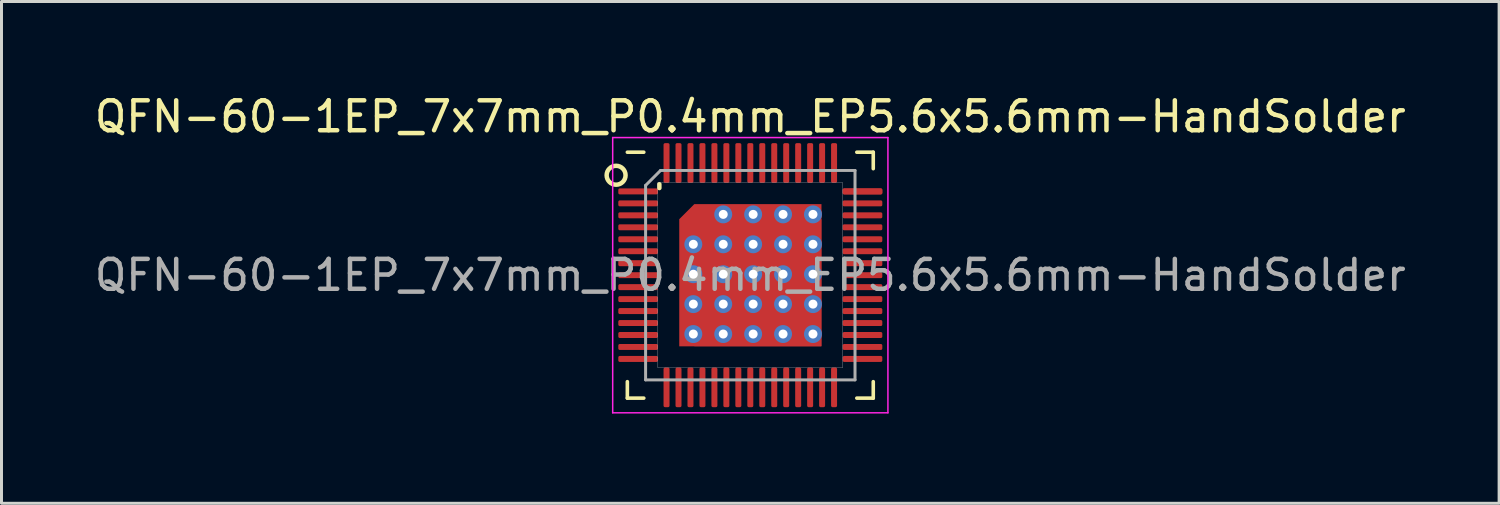
<source format=kicad_pcb>
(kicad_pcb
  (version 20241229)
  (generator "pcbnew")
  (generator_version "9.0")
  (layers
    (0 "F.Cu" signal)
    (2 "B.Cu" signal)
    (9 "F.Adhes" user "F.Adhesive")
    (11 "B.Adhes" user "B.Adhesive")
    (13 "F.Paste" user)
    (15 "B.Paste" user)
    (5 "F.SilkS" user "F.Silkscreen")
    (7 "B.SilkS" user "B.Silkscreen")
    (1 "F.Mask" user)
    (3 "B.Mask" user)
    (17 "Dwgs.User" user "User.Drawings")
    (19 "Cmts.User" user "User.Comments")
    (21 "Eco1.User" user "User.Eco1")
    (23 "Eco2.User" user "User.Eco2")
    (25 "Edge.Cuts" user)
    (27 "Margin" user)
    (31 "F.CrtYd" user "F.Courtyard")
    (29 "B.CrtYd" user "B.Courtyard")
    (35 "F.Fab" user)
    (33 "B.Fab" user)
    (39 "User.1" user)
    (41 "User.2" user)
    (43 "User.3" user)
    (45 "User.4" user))
  (footprint "QFN-60-1EP_7x7mm_P0.4mm_EP5.6x5.6mm-HandSolder"
    (layer "F.Cu")
    (at 22.03 6.148)
    (property "Reference" "QFN-60-1EP_7x7mm_P0.4mm_EP5.6x5.6mm-HandSolder" (at 0 -5.3 0) (layer "F.SilkS") (effects (font (size 1 1) (thickness 0.15))))
    (attr smd)
    (fp_line (start -4.11 4.11) (end -4.11 3.56) (stroke (width 0.12) (type solid)) (layer "F.SilkS"))
    (fp_line (start -3.56 -4.11) (end -4.11 -4.11) (stroke (width 0.12) (type solid)) (layer "F.SilkS"))
    (fp_line (start -3.56 4.11) (end -4.11 4.11) (stroke (width 0.12) (type solid)) (layer "F.SilkS"))
    (fp_line (start -3.04 -3.04) (end -3.04 -2.913) (stroke (width 0.15) (type solid)) (layer "F.SilkS"))
    (fp_line (start 3.56 -4.11) (end 4.11 -4.11) (stroke (width 0.12) (type solid)) (layer "F.SilkS"))
    (fp_line (start 3.56 4.11) (end 4.11 4.11) (stroke (width 0.12) (type solid)) (layer "F.SilkS"))
    (fp_line (start 4.11 -4.11) (end 4.11 -3.56) (stroke (width 0.12) (type solid)) (layer "F.SilkS"))
    (fp_line (start 4.11 4.11) (end 4.11 3.56) (stroke (width 0.12) (type solid)) (layer "F.SilkS"))
    (fp_circle (center -4.486 -3.34) (end -4.306 -3.08) (stroke (width 0.15) (type solid)) (fill no) (layer "F.SilkS"))
    (fp_line (start -3.09 -3.09) (end 3.09 -3.09) (stroke (width 0.01) (type solid)) (layer "Dwgs.User"))
    (fp_line (start -3.09 3.09) (end -3.09 -3.09) (stroke (width 0.01) (type solid)) (layer "Dwgs.User"))
    (fp_line (start 3.09 -3.09) (end 3.09 3.09) (stroke (width 0.01) (type solid)) (layer "Dwgs.User"))
    (fp_line (start 3.09 3.09) (end -3.09 3.09) (stroke (width 0.01) (type solid)) (layer "Dwgs.User"))
    (fp_line (start -4.6 -4.6) (end -4.6 4.6) (stroke (width 0.05) (type solid)) (layer "F.CrtYd"))
    (fp_line (start -4.6 4.6) (end 4.6 4.6) (stroke (width 0.05) (type solid)) (layer "F.CrtYd"))
    (fp_line (start 4.6 -4.6) (end -4.6 -4.6) (stroke (width 0.05) (type solid)) (layer "F.CrtYd"))
    (fp_line (start 4.6 4.6) (end 4.6 -4.6) (stroke (width 0.05) (type solid)) (layer "F.CrtYd"))
    (fp_line (start -3.5 -3) (end -3 -3.5) (stroke (width 0.1) (type solid)) (layer "F.Fab"))
    (fp_line (start -3.5 3.5) (end -3.5 -3) (stroke (width 0.1) (type solid)) (layer "F.Fab"))
    (fp_line (start -3 -3.5) (end 3.5 -3.5) (stroke (width 0.1) (type solid)) (layer "F.Fab"))
    (fp_line (start 3.5 -3.5) (end 3.5 3.5) (stroke (width 0.1) (type solid)) (layer "F.Fab"))
    (fp_line (start 3.5 3.5) (end -3.5 3.5) (stroke (width 0.1) (type solid)) (layer "F.Fab"))
    (fp_text user "${REFERENCE}" (at 0 0 0) (layer "F.Fab") (effects (font (size 1 1) (thickness 0.15))))
    (pad "" smd roundrect (at -1.841 -1.841) (size 1.05 1.05) (layers "F.Paste") (roundrect_rratio 0.238))
    (pad "" smd roundrect (at -1.841 -0.641) (size 1.05 1.05) (layers "F.Paste") (roundrect_rratio 0.238))
    (pad "" smd roundrect (at -1.841 0.558) (size 1.05 1.05) (layers "F.Paste") (roundrect_rratio 0.238))
    (pad "" smd roundrect (at -1.841 1.758) (size 1.05 1.05) (layers "F.Paste") (roundrect_rratio 0.238))
    (pad "" smd roundrect (at -0.641 -1.841) (size 1.05 1.05) (layers "F.Paste") (roundrect_rratio 0.238))
    (pad "" smd roundrect (at -0.641 -0.641) (size 1.05 1.05) (layers "F.Paste") (roundrect_rratio 0.238))
    (pad "" smd roundrect (at -0.641 0.558) (size 1.05 1.05) (layers "F.Paste") (roundrect_rratio 0.238))
    (pad "" smd roundrect (at -0.641 1.758) (size 1.05 1.05) (layers "F.Paste") (roundrect_rratio 0.238))
    (pad "" smd roundrect (at 0.558 -1.841) (size 1.05 1.05) (layers "F.Paste") (roundrect_rratio 0.238))
    (pad "" smd roundrect (at 0.558 -0.641) (size 1.05 1.05) (layers "F.Paste") (roundrect_rratio 0.238))
    (pad "" smd roundrect (at 0.558 0.558) (size 1.05 1.05) (layers "F.Paste") (roundrect_rratio 0.238))
    (pad "" smd roundrect (at 0.558 1.758) (size 1.05 1.05) (layers "F.Paste") (roundrect_rratio 0.238))
    (pad "" smd roundrect (at 1.758 -1.841) (size 1.05 1.05) (layers "F.Paste") (roundrect_rratio 0.238))
    (pad "" smd roundrect (at 1.758 -0.641) (size 1.05 1.05) (layers "F.Paste") (roundrect_rratio 0.238))
    (pad "" smd roundrect (at 1.758 0.558) (size 1.05 1.05) (layers "F.Paste") (roundrect_rratio 0.238))
    (pad "" smd roundrect (at 1.758 1.758) (size 1.05 1.05) (layers "F.Paste") (roundrect_rratio 0.238))
    (pad "1" smd roundrect (at -3.75 -2.8) (size 1.325 0.2) (layers "F.Cu" "F.Mask" "F.Paste") (roundrect_rratio 0.25))
    (pad "2" smd roundrect (at -3.75 -2.4) (size 1.325 0.2) (layers "F.Cu" "F.Mask" "F.Paste") (roundrect_rratio 0.25))
    (pad "3" smd roundrect (at -3.75 -2) (size 1.325 0.2) (layers "F.Cu" "F.Mask" "F.Paste") (roundrect_rratio 0.25))
    (pad "4" smd roundrect (at -3.75 -1.6) (size 1.325 0.2) (layers "F.Cu" "F.Mask" "F.Paste") (roundrect_rratio 0.25))
    (pad "5" smd roundrect (at -3.75 -1.2) (size 1.325 0.2) (layers "F.Cu" "F.Mask" "F.Paste") (roundrect_rratio 0.25))
    (pad "6" smd roundrect (at -3.75 -0.8) (size 1.325 0.2) (layers "F.Cu" "F.Mask" "F.Paste") (roundrect_rratio 0.25))
    (pad "7" smd roundrect (at -3.75 -0.4) (size 1.325 0.2) (layers "F.Cu" "F.Mask" "F.Paste") (roundrect_rratio 0.25))
    (pad "8" smd roundrect (at -3.75 0) (size 1.325 0.2) (layers "F.Cu" "F.Mask" "F.Paste") (roundrect_rratio 0.25))
    (pad "9" smd roundrect (at -3.75 0.4) (size 1.325 0.2) (layers "F.Cu" "F.Mask" "F.Paste") (roundrect_rratio 0.25))
    (pad "10" smd roundrect (at -3.75 0.8) (size 1.325 0.2) (layers "F.Cu" "F.Mask" "F.Paste") (roundrect_rratio 0.25))
    (pad "11" smd roundrect (at -3.75 1.2) (size 1.325 0.2) (layers "F.Cu" "F.Mask" "F.Paste") (roundrect_rratio 0.25))
    (pad "12" smd roundrect (at -3.75 1.6) (size 1.325 0.2) (layers "F.Cu" "F.Mask" "F.Paste") (roundrect_rratio 0.25))
    (pad "13" smd roundrect (at -3.75 2) (size 1.325 0.2) (layers "F.Cu" "F.Mask" "F.Paste") (roundrect_rratio 0.25))
    (pad "14" smd roundrect (at -3.75 2.4) (size 1.325 0.2) (layers "F.Cu" "F.Mask" "F.Paste") (roundrect_rratio 0.25))
    (pad "15" smd roundrect (at -3.75 2.8) (size 1.325 0.2) (layers "F.Cu" "F.Mask" "F.Paste") (roundrect_rratio 0.25))
    (pad "16" smd roundrect (at -2.8 3.75 90) (size 1.325 0.2) (layers "F.Cu" "F.Mask" "F.Paste") (roundrect_rratio 0.25))
    (pad "17" smd roundrect (at -2.4 3.75 90) (size 1.325 0.2) (layers "F.Cu" "F.Mask" "F.Paste") (roundrect_rratio 0.25))
    (pad "18" smd roundrect (at -2 3.75 90) (size 1.325 0.2) (layers "F.Cu" "F.Mask" "F.Paste") (roundrect_rratio 0.25))
    (pad "19" smd roundrect (at -1.6 3.75 90) (size 1.325 0.2) (layers "F.Cu" "F.Mask" "F.Paste") (roundrect_rratio 0.25))
    (pad "20" smd roundrect (at -1.2 3.75 90) (size 1.325 0.2) (layers "F.Cu" "F.Mask" "F.Paste") (roundrect_rratio 0.25))
    (pad "21" smd roundrect (at -0.8 3.75 90) (size 1.325 0.2) (layers "F.Cu" "F.Mask" "F.Paste") (roundrect_rratio 0.25))
    (pad "22" smd roundrect (at -0.4 3.75 90) (size 1.325 0.2) (layers "F.Cu" "F.Mask" "F.Paste") (roundrect_rratio 0.25))
    (pad "23" smd roundrect (at 0 3.75 90) (size 1.325 0.2) (layers "F.Cu" "F.Mask" "F.Paste") (roundrect_rratio 0.25))
    (pad "24" smd roundrect (at 0.4 3.75 90) (size 1.325 0.2) (layers "F.Cu" "F.Mask" "F.Paste") (roundrect_rratio 0.25))
    (pad "25" smd roundrect (at 0.8 3.75 90) (size 1.325 0.2) (layers "F.Cu" "F.Mask" "F.Paste") (roundrect_rratio 0.25))
    (pad "26" smd roundrect (at 1.2 3.75 90) (size 1.325 0.2) (layers "F.Cu" "F.Mask" "F.Paste") (roundrect_rratio 0.25))
    (pad "27" smd roundrect (at 1.6 3.75 90) (size 1.325 0.2) (layers "F.Cu" "F.Mask" "F.Paste") (roundrect_rratio 0.25))
    (pad "28" smd roundrect (at 2 3.75 90) (size 1.325 0.2) (layers "F.Cu" "F.Mask" "F.Paste") (roundrect_rratio 0.25))
    (pad "29" smd roundrect (at 2.4 3.75 90) (size 1.325 0.2) (layers "F.Cu" "F.Mask" "F.Paste") (roundrect_rratio 0.25))
    (pad "30" smd roundrect (at 2.8 3.75 90) (size 1.325 0.2) (layers "F.Cu" "F.Mask" "F.Paste") (roundrect_rratio 0.25))
    (pad "31" smd roundrect (at 3.75 2.8 90) (size 0.2 1.325) (layers "F.Cu" "F.Mask" "F.Paste") (roundrect_rratio 0.25))
    (pad "32" smd roundrect (at 3.75 2.4 90) (size 0.2 1.325) (layers "F.Cu" "F.Mask" "F.Paste") (roundrect_rratio 0.25))
    (pad "33" smd roundrect (at 3.75 2 90) (size 0.2 1.325) (layers "F.Cu" "F.Mask" "F.Paste") (roundrect_rratio 0.25))
    (pad "34" smd roundrect (at 3.75 1.6 90) (size 0.2 1.325) (layers "F.Cu" "F.Mask" "F.Paste") (roundrect_rratio 0.25))
    (pad "35" smd roundrect (at 3.75 1.2 90) (size 0.2 1.325) (layers "F.Cu" "F.Mask" "F.Paste") (roundrect_rratio 0.25))
    (pad "36" smd roundrect (at 3.75 0.8 90) (size 0.2 1.325) (layers "F.Cu" "F.Mask" "F.Paste") (roundrect_rratio 0.25))
    (pad "37" smd roundrect (at 3.75 0.4 90) (size 0.2 1.325) (layers "F.Cu" "F.Mask" "F.Paste") (roundrect_rratio 0.25))
    (pad "38" smd roundrect (at 3.75 0 90) (size 0.2 1.325) (layers "F.Cu" "F.Mask" "F.Paste") (roundrect_rratio 0.25))
    (pad "39" smd roundrect (at 3.75 -0.4 90) (size 0.2 1.325) (layers "F.Cu" "F.Mask" "F.Paste") (roundrect_rratio 0.25))
    (pad "40" smd roundrect (at 3.75 -0.8 90) (size 0.2 1.325) (layers "F.Cu" "F.Mask" "F.Paste") (roundrect_rratio 0.25))
    (pad "41" smd roundrect (at 3.75 -1.2 90) (size 0.2 1.325) (layers "F.Cu" "F.Mask" "F.Paste") (roundrect_rratio 0.25))
    (pad "42" smd roundrect (at 3.75 -1.6 90) (size 0.2 1.325) (layers "F.Cu" "F.Mask" "F.Paste") (roundrect_rratio 0.25))
    (pad "43" smd roundrect (at 3.75 -2 90) (size 0.2 1.325) (layers "F.Cu" "F.Mask" "F.Paste") (roundrect_rratio 0.25))
    (pad "44" smd roundrect (at 3.75 -2.4 90) (size 0.2 1.325) (layers "F.Cu" "F.Mask" "F.Paste") (roundrect_rratio 0.25))
    (pad "45" smd roundrect (at 3.75 -2.8 90) (size 0.2 1.325) (layers "F.Cu" "F.Mask" "F.Paste") (roundrect_rratio 0.25))
    (pad "45" smd roundrect (at 3.75 -2.8 180) (size 1.325 0.2) (layers "F.Cu" "F.Mask" "F.Paste") (roundrect_rratio 0.25))
    (pad "46" smd roundrect (at 2.8 -3.75 90) (size 1.325 0.2) (layers "F.Cu" "F.Mask" "F.Paste") (roundrect_rratio 0.25))
    (pad "47" smd roundrect (at 2.4 -3.75 90) (size 1.325 0.2) (layers "F.Cu" "F.Mask" "F.Paste") (roundrect_rratio 0.25))
    (pad "48" smd roundrect (at 2 -3.75 90) (size 1.325 0.2) (layers "F.Cu" "F.Mask" "F.Paste") (roundrect_rratio 0.25))
    (pad "49" smd roundrect (at 1.6 -3.75 90) (size 1.325 0.2) (layers "F.Cu" "F.Mask" "F.Paste") (roundrect_rratio 0.25))
    (pad "50" smd roundrect (at 1.2 -3.75 90) (size 1.325 0.2) (layers "F.Cu" "F.Mask" "F.Paste") (roundrect_rratio 0.25))
    (pad "51" smd roundrect (at 0.8 -3.75 90) (size 1.325 0.2) (layers "F.Cu" "F.Mask" "F.Paste") (roundrect_rratio 0.25))
    (pad "52" smd roundrect (at 0.4 -3.75 90) (size 1.325 0.2) (layers "F.Cu" "F.Mask" "F.Paste") (roundrect_rratio 0.25))
    (pad "53" smd roundrect (at 0 -3.75 90) (size 1.325 0.2) (layers "F.Cu" "F.Mask" "F.Paste") (roundrect_rratio 0.25))
    (pad "54" smd roundrect (at -0.4 -3.75 90) (size 1.325 0.2) (layers "F.Cu" "F.Mask" "F.Paste") (roundrect_rratio 0.25))
    (pad "55" smd roundrect (at -0.8 -3.75 90) (size 1.325 0.2) (layers "F.Cu" "F.Mask" "F.Paste") (roundrect_rratio 0.25))
    (pad "56" smd roundrect (at -1.2 -3.75 90) (size 1.325 0.2) (layers "F.Cu" "F.Mask" "F.Paste") (roundrect_rratio 0.25))
    (pad "57" smd roundrect (at -1.6 -3.75 90) (size 1.325 0.2) (layers "F.Cu" "F.Mask" "F.Paste") (roundrect_rratio 0.25))
    (pad "58" smd roundrect (at -2 -3.75 90) (size 1.325 0.2) (layers "F.Cu" "F.Mask" "F.Paste") (roundrect_rratio 0.25))
    (pad "59" smd roundrect (at -2.4 -3.75 90) (size 1.325 0.2) (layers "F.Cu" "F.Mask" "F.Paste") (roundrect_rratio 0.25))
    (pad "60" smd roundrect (at -2.8 -3.75 90) (size 1.325 0.2) (layers "F.Cu" "F.Mask" "F.Paste") (roundrect_rratio 0.25))
    (pad "61" thru_hole circle (at -1.905 -1.032 180) (size 0.6 0.6) (drill 0.3) (layers "*.Cu" "*.Mask"))
    (pad "61" thru_hole circle (at -1.905 -0.032 180) (size 0.6 0.6) (drill 0.3) (layers "*.Cu" "*.Mask"))
    (pad "61" thru_hole circle (at -1.905 0.968 180) (size 0.6 0.6) (drill 0.3) (layers "*.Cu" "*.Mask"))
    (pad "61" thru_hole circle (at -1.905 1.968 180) (size 0.6 0.6) (drill 0.3) (layers "*.Cu" "*.Mask"))
    (pad "61" smd rect (at -1.841 -1.841 45) (size 0.71 0.8) (layers "F.Cu" "F.Mask"))
    (pad "61" thru_hole circle (at -0.905 -2.032 180) (size 0.6 0.6) (drill 0.3) (layers "*.Cu" "*.Mask"))
    (pad "61" thru_hole circle (at -0.905 -1.032 180) (size 0.6 0.6) (drill 0.3) (layers "*.Cu" "*.Mask"))
    (pad "61" thru_hole circle (at -0.905 -0.032 180) (size 0.6 0.6) (drill 0.3) (layers "*.Cu" "*.Mask"))
    (pad "61" thru_hole circle (at -0.905 0.968 180) (size 0.6 0.6) (drill 0.3) (layers "*.Cu" "*.Mask"))
    (pad "61" thru_hole circle (at -0.905 1.968 180) (size 0.6 0.6) (drill 0.3) (layers "*.Cu" "*.Mask"))
    (pad "61" smd rect (at 0 0.254 90) (size 4.25 4.75) (layers "F.Cu" "F.Mask"))
    (pad "61" thru_hole circle (at 0.095 -2.032 180) (size 0.6 0.6) (drill 0.3) (layers "*.Cu" "*.Mask"))
    (pad "61" thru_hole circle (at 0.095 -1.032 180) (size 0.6 0.6) (drill 0.3) (layers "*.Cu" "*.Mask"))
    (pad "61" thru_hole circle (at 0.095 -0.032 180) (size 0.6 0.6) (drill 0.3) (layers "*.Cu" "*.Mask"))
    (pad "61" thru_hole circle (at 0.095 0.968 180) (size 0.6 0.6) (drill 0.3) (layers "*.Cu" "*.Mask"))
    (pad "61" thru_hole circle (at 0.095 1.968 180) (size 0.6 0.6) (drill 0.3) (layers "*.Cu" "*.Mask"))
    (pad "61" smd rect (at 0.254 0) (size 4.25 4.75) (layers "F.Cu" "F.Mask"))
    (pad "61" thru_hole circle (at 1.095 -2.032 180) (size 0.6 0.6) (drill 0.3) (layers "*.Cu" "*.Mask"))
    (pad "61" thru_hole circle (at 1.095 -1.032 180) (size 0.6 0.6) (drill 0.3) (layers "*.Cu" "*.Mask"))
    (pad "61" thru_hole circle (at 1.095 -0.032 180) (size 0.6 0.6) (drill 0.3) (layers "*.Cu" "*.Mask"))
    (pad "61" thru_hole circle (at 1.095 0.968 180) (size 0.6 0.6) (drill 0.3) (layers "*.Cu" "*.Mask"))
    (pad "61" thru_hole circle (at 1.095 1.968 180) (size 0.6 0.6) (drill 0.3) (layers "*.Cu" "*.Mask"))
    (pad "61" thru_hole circle (at 2.095 -2.032 180) (size 0.6 0.6) (drill 0.3) (layers "*.Cu" "*.Mask"))
    (pad "61" thru_hole circle (at 2.095 -1.032 180) (size 0.6 0.6) (drill 0.3) (layers "*.Cu" "*.Mask"))
    (pad "61" thru_hole circle (at 2.095 -0.032 180) (size 0.6 0.6) (drill 0.3) (layers "*.Cu" "*.Mask"))
    (pad "61" thru_hole circle (at 2.095 0.968 180) (size 0.6 0.6) (drill 0.3) (layers "*.Cu" "*.Mask"))
    (pad "61" thru_hole circle (at 2.095 1.968 180) (size 0.6 0.6) (drill 0.3) (layers "*.Cu" "*.Mask")))
  (gr_rect
    (start -3 -3)
    (end 47.06 13.773)
    (stroke (width 0.1) (type default))
    (fill no)
    (layer "Edge.Cuts")))
</source>
